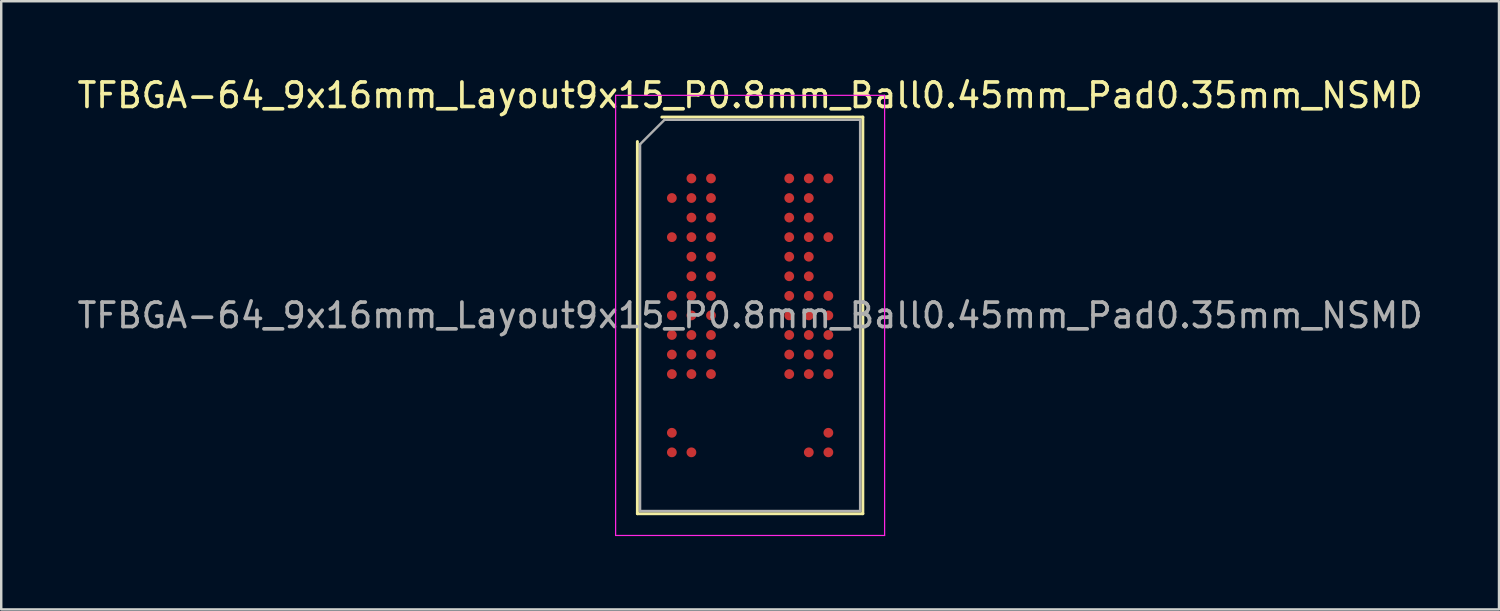
<source format=kicad_pcb>
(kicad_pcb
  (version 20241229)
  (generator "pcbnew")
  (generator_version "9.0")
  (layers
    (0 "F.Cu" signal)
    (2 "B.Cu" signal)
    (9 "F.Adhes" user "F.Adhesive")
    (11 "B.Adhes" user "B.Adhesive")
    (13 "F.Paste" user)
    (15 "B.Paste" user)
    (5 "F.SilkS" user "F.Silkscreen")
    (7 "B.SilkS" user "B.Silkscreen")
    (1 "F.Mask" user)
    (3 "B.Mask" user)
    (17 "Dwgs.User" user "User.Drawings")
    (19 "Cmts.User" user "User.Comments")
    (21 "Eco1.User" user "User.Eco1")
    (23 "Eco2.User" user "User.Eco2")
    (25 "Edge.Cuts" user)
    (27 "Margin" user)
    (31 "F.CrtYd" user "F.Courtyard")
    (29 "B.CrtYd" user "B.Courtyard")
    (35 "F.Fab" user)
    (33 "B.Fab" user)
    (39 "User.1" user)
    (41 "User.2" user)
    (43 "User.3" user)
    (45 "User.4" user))
  (footprint "TFBGA-64_9x16mm_Layout9x15_P0.8mm_Ball0.45mm_Pad0.35mm_NSMD"
    (layer "F.Cu")
    (at 27.625 9.848)
    (property "Reference" "TFBGA-64_9x16mm_Layout9x15_P0.8mm_Ball0.45mm_Pad0.35mm_NSMD" (at 0 -9 0) (layer "F.SilkS") (effects (font (size 1 1) (thickness 0.15))))
    (attr smd)
    (fp_line (start -4.61 8.11) (end -4.61 -7.11) (stroke (width 0.12) (type solid)) (layer "F.SilkS"))
    (fp_line (start -3.61 -8.11) (end 4.61 -8.11) (stroke (width 0.12) (type solid)) (layer "F.SilkS"))
    (fp_line (start 4.61 -8.11) (end 4.61 8.11) (stroke (width 0.12) (type solid)) (layer "F.SilkS"))
    (fp_line (start 4.61 8.11) (end -4.61 8.11) (stroke (width 0.12) (type solid)) (layer "F.SilkS"))
    (fp_line (start -5.5 -9) (end -5.5 9) (stroke (width 0.05) (type solid)) (layer "F.CrtYd"))
    (fp_line (start -5.5 9) (end 5.5 9) (stroke (width 0.05) (type solid)) (layer "F.CrtYd"))
    (fp_line (start 5.5 -9) (end -5.5 -9) (stroke (width 0.05) (type solid)) (layer "F.CrtYd"))
    (fp_line (start 5.5 9) (end 5.5 -9) (stroke (width 0.05) (type solid)) (layer "F.CrtYd"))
    (fp_line (start -4.5 -7) (end -3.5 -8) (stroke (width 0.1) (type solid)) (layer "F.Fab"))
    (fp_line (start -4.5 8) (end -4.5 -7) (stroke (width 0.1) (type solid)) (layer "F.Fab"))
    (fp_line (start -3.5 -8) (end 4.5 -8) (stroke (width 0.1) (type solid)) (layer "F.Fab"))
    (fp_line (start 4.5 -8) (end 4.5 8) (stroke (width 0.1) (type solid)) (layer "F.Fab"))
    (fp_line (start 4.5 8) (end -4.5 8) (stroke (width 0.1) (type solid)) (layer "F.Fab"))
    (fp_text user "${REFERENCE}" (at 0 0 0) (layer "F.Fab") (effects (font (size 1 1) (thickness 0.15))))
    (pad "A2" smd circle (at -2.4 -5.6) (size 0.4 0.4) (layers "F.Cu" "F.Mask" "F.Paste"))
    (pad "A3" smd circle (at -1.6 -5.6) (size 0.4 0.4) (layers "F.Cu" "F.Mask" "F.Paste"))
    (pad "A7" smd circle (at 1.6 -5.6) (size 0.4 0.4) (layers "F.Cu" "F.Mask" "F.Paste"))
    (pad "A8" smd circle (at 2.4 -5.6) (size 0.4 0.4) (layers "F.Cu" "F.Mask" "F.Paste"))
    (pad "A9" smd circle (at 3.2 -5.6) (size 0.4 0.4) (layers "F.Cu" "F.Mask" "F.Paste"))
    (pad "B1" smd circle (at -3.2 -4.8) (size 0.4 0.4) (layers "F.Cu" "F.Mask" "F.Paste"))
    (pad "B2" smd circle (at -2.4 -4.8) (size 0.4 0.4) (layers "F.Cu" "F.Mask" "F.Paste"))
    (pad "B3" smd circle (at -1.6 -4.8) (size 0.4 0.4) (layers "F.Cu" "F.Mask" "F.Paste"))
    (pad "B7" smd circle (at 1.6 -4.8) (size 0.4 0.4) (layers "F.Cu" "F.Mask" "F.Paste"))
    (pad "B8" smd circle (at 2.4 -4.8) (size 0.4 0.4) (layers "F.Cu" "F.Mask" "F.Paste"))
    (pad "C2" smd circle (at -2.4 -4) (size 0.4 0.4) (layers "F.Cu" "F.Mask" "F.Paste"))
    (pad "C3" smd circle (at -1.6 -4) (size 0.4 0.4) (layers "F.Cu" "F.Mask" "F.Paste"))
    (pad "C7" smd circle (at 1.6 -4) (size 0.4 0.4) (layers "F.Cu" "F.Mask" "F.Paste"))
    (pad "C8" smd circle (at 2.4 -4) (size 0.4 0.4) (layers "F.Cu" "F.Mask" "F.Paste"))
    (pad "D1" smd circle (at -3.2 -3.2) (size 0.4 0.4) (layers "F.Cu" "F.Mask" "F.Paste"))
    (pad "D2" smd circle (at -2.4 -3.2) (size 0.4 0.4) (layers "F.Cu" "F.Mask" "F.Paste"))
    (pad "D3" smd circle (at -1.6 -3.2) (size 0.4 0.4) (layers "F.Cu" "F.Mask" "F.Paste"))
    (pad "D7" smd circle (at 1.6 -3.2) (size 0.4 0.4) (layers "F.Cu" "F.Mask" "F.Paste"))
    (pad "D8" smd circle (at 2.4 -3.2) (size 0.4 0.4) (layers "F.Cu" "F.Mask" "F.Paste"))
    (pad "D9" smd circle (at 3.2 -3.2) (size 0.4 0.4) (layers "F.Cu" "F.Mask" "F.Paste"))
    (pad "E2" smd circle (at -2.4 -2.4) (size 0.4 0.4) (layers "F.Cu" "F.Mask" "F.Paste"))
    (pad "E3" smd circle (at -1.6 -2.4) (size 0.4 0.4) (layers "F.Cu" "F.Mask" "F.Paste"))
    (pad "E7" smd circle (at 1.6 -2.4) (size 0.4 0.4) (layers "F.Cu" "F.Mask" "F.Paste"))
    (pad "E8" smd circle (at 2.4 -2.4) (size 0.4 0.4) (layers "F.Cu" "F.Mask" "F.Paste"))
    (pad "F2" smd circle (at -2.4 -1.6) (size 0.4 0.4) (layers "F.Cu" "F.Mask" "F.Paste"))
    (pad "F3" smd circle (at -1.6 -1.6) (size 0.4 0.4) (layers "F.Cu" "F.Mask" "F.Paste"))
    (pad "F7" smd circle (at 1.6 -1.6) (size 0.4 0.4) (layers "F.Cu" "F.Mask" "F.Paste"))
    (pad "F8" smd circle (at 2.4 -1.6) (size 0.4 0.4) (layers "F.Cu" "F.Mask" "F.Paste"))
    (pad "G1" smd circle (at -3.2 -0.8) (size 0.4 0.4) (layers "F.Cu" "F.Mask" "F.Paste"))
    (pad "G2" smd circle (at -2.4 -0.8) (size 0.4 0.4) (layers "F.Cu" "F.Mask" "F.Paste"))
    (pad "G3" smd circle (at -1.6 -0.8) (size 0.4 0.4) (layers "F.Cu" "F.Mask" "F.Paste"))
    (pad "G7" smd circle (at 1.6 -0.8) (size 0.4 0.4) (layers "F.Cu" "F.Mask" "F.Paste"))
    (pad "G8" smd circle (at 2.4 -0.8) (size 0.4 0.4) (layers "F.Cu" "F.Mask" "F.Paste"))
    (pad "G9" smd circle (at 3.2 -0.8) (size 0.4 0.4) (layers "F.Cu" "F.Mask" "F.Paste"))
    (pad "H1" smd circle (at -3.2 0) (size 0.4 0.4) (layers "F.Cu" "F.Mask" "F.Paste"))
    (pad "H2" smd circle (at -2.4 0) (size 0.4 0.4) (layers "F.Cu" "F.Mask" "F.Paste"))
    (pad "H3" smd circle (at -1.6 0) (size 0.4 0.4) (layers "F.Cu" "F.Mask" "F.Paste"))
    (pad "H7" smd circle (at 1.6 0) (size 0.4 0.4) (layers "F.Cu" "F.Mask" "F.Paste"))
    (pad "H8" smd circle (at 2.4 0) (size 0.4 0.4) (layers "F.Cu" "F.Mask" "F.Paste"))
    (pad "H9" smd circle (at 3.2 0) (size 0.4 0.4) (layers "F.Cu" "F.Mask" "F.Paste"))
    (pad "J1" smd circle (at -3.2 0.8) (size 0.4 0.4) (layers "F.Cu" "F.Mask" "F.Paste"))
    (pad "J2" smd circle (at -2.4 0.8) (size 0.4 0.4) (layers "F.Cu" "F.Mask" "F.Paste"))
    (pad "J3" smd circle (at -1.6 0.8) (size 0.4 0.4) (layers "F.Cu" "F.Mask" "F.Paste"))
    (pad "J7" smd circle (at 1.6 0.8) (size 0.4 0.4) (layers "F.Cu" "F.Mask" "F.Paste"))
    (pad "J8" smd circle (at 2.4 0.8) (size 0.4 0.4) (layers "F.Cu" "F.Mask" "F.Paste"))
    (pad "J9" smd circle (at 3.2 0.8) (size 0.4 0.4) (layers "F.Cu" "F.Mask" "F.Paste"))
    (pad "K1" smd circle (at -3.2 1.6) (size 0.4 0.4) (layers "F.Cu" "F.Mask" "F.Paste"))
    (pad "K2" smd circle (at -2.4 1.6) (size 0.4 0.4) (layers "F.Cu" "F.Mask" "F.Paste"))
    (pad "K3" smd circle (at -1.6 1.6) (size 0.4 0.4) (layers "F.Cu" "F.Mask" "F.Paste"))
    (pad "K7" smd circle (at 1.6 1.6) (size 0.4 0.4) (layers "F.Cu" "F.Mask" "F.Paste"))
    (pad "K8" smd circle (at 2.4 1.6) (size 0.4 0.4) (layers "F.Cu" "F.Mask" "F.Paste"))
    (pad "K9" smd circle (at 3.2 1.6) (size 0.4 0.4) (layers "F.Cu" "F.Mask" "F.Paste"))
    (pad "L1" smd circle (at -3.2 2.4) (size 0.4 0.4) (layers "F.Cu" "F.Mask" "F.Paste"))
    (pad "L2" smd circle (at -2.4 2.4) (size 0.4 0.4) (layers "F.Cu" "F.Mask" "F.Paste"))
    (pad "L3" smd circle (at -1.6 2.4) (size 0.4 0.4) (layers "F.Cu" "F.Mask" "F.Paste"))
    (pad "L7" smd circle (at 1.6 2.4) (size 0.4 0.4) (layers "F.Cu" "F.Mask" "F.Paste"))
    (pad "L8" smd circle (at 2.4 2.4) (size 0.4 0.4) (layers "F.Cu" "F.Mask" "F.Paste"))
    (pad "L9" smd circle (at 3.2 2.4) (size 0.4 0.4) (layers "F.Cu" "F.Mask" "F.Paste"))
    (pad "P1" smd circle (at -3.2 4.8) (size 0.4 0.4) (layers "F.Cu" "F.Mask" "F.Paste"))
    (pad "P9" smd circle (at 3.2 4.8) (size 0.4 0.4) (layers "F.Cu" "F.Mask" "F.Paste"))
    (pad "R1" smd circle (at -3.2 5.6) (size 0.4 0.4) (layers "F.Cu" "F.Mask" "F.Paste"))
    (pad "R2" smd circle (at -2.4 5.6) (size 0.4 0.4) (layers "F.Cu" "F.Mask" "F.Paste"))
    (pad "R8" smd circle (at 2.4 5.6) (size 0.4 0.4) (layers "F.Cu" "F.Mask" "F.Paste"))
    (pad "R9" smd circle (at 3.2 5.6) (size 0.4 0.4) (layers "F.Cu" "F.Mask" "F.Paste")))
  (gr_rect
    (start -3 -3)
    (end 58.25 21.873)
    (stroke (width 0.1) (type default))
    (fill no)
    (layer "Edge.Cuts")))
</source>
